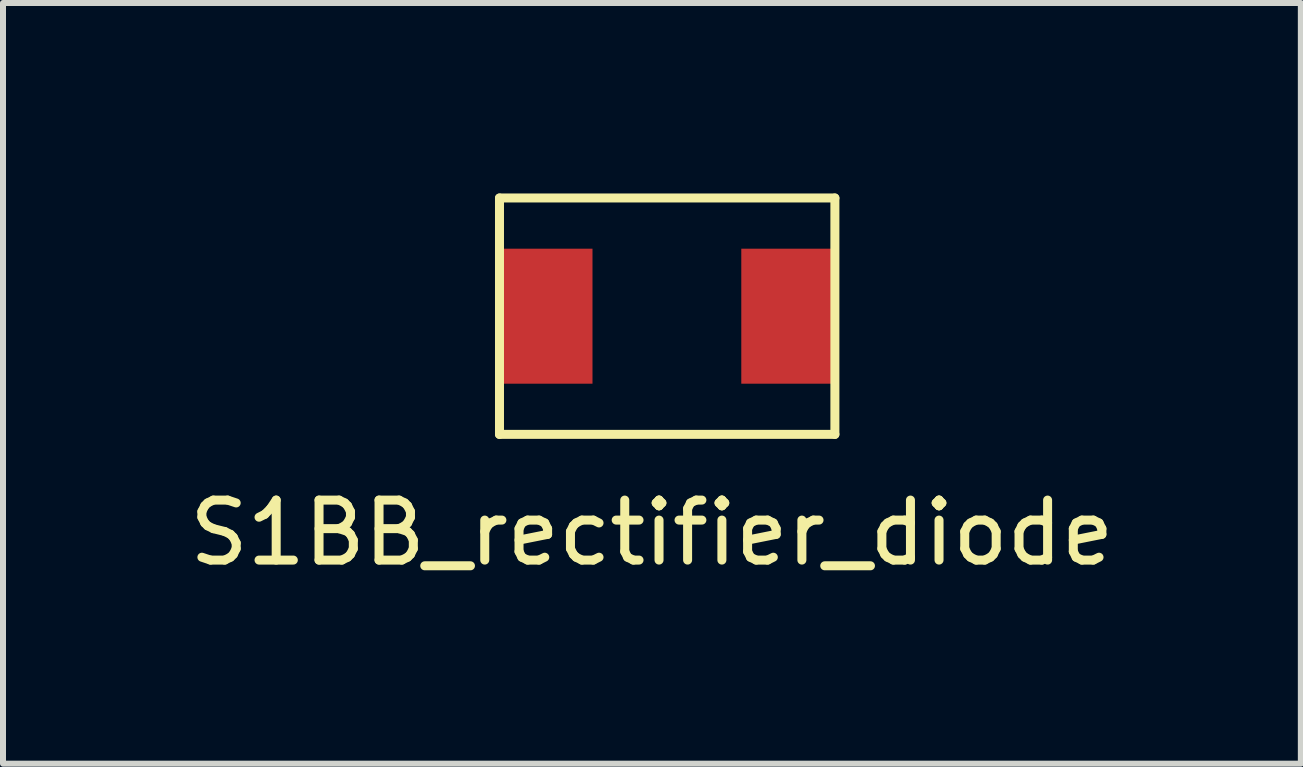
<source format=kicad_pcb>
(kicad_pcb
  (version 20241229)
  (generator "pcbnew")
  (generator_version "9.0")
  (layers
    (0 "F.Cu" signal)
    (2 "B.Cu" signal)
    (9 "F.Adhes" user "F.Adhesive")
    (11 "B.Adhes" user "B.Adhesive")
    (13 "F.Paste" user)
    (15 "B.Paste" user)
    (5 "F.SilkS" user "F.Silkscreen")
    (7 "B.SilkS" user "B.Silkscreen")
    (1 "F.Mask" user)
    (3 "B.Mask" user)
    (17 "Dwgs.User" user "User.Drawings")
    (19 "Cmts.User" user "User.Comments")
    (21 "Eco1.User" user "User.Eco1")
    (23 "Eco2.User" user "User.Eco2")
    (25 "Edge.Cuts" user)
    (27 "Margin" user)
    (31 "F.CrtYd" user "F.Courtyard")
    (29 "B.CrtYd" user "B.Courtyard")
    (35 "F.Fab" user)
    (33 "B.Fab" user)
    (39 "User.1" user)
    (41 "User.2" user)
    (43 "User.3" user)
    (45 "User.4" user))
  (footprint "S1BB_rectifier_diode"
    (layer "F.Cu")
    (at 5.275 0.25)
    (property "Reference" "S1BB_rectifier_diode" (at 2.54 5.58 0) (layer "F.SilkS") (effects (font (size 1 1) (thickness 0.15))))
    (attr through_hole)
    (fp_line (start 0 0) (end 5.59 0) (stroke (width 0.15) (type solid)) (layer "F.SilkS"))
    (fp_line (start 0 3.94) (end 0 0) (stroke (width 0.15) (type solid)) (layer "F.SilkS"))
    (fp_line (start 5.59 0) (end 5.59 3.94) (stroke (width 0.15) (type solid)) (layer "F.SilkS"))
    (fp_line (start 5.59 3.94) (end 0 3.94) (stroke (width 0.15) (type solid)) (layer "F.SilkS"))
    (pad "1" smd rect (at 0.75 1.97) (size 1.6 2.25) (layers "F.Cu" "F.Mask" "F.Paste"))
    (pad "2" smd rect (at 4.83 1.97) (size 1.6 2.25) (layers "F.Cu" "F.Mask" "F.Paste")))
  (gr_rect
    (start -3 -3)
    (end 18.631 9.678)
    (stroke (width 0.1) (type default))
    (fill no)
    (layer "Edge.Cuts")))
</source>
